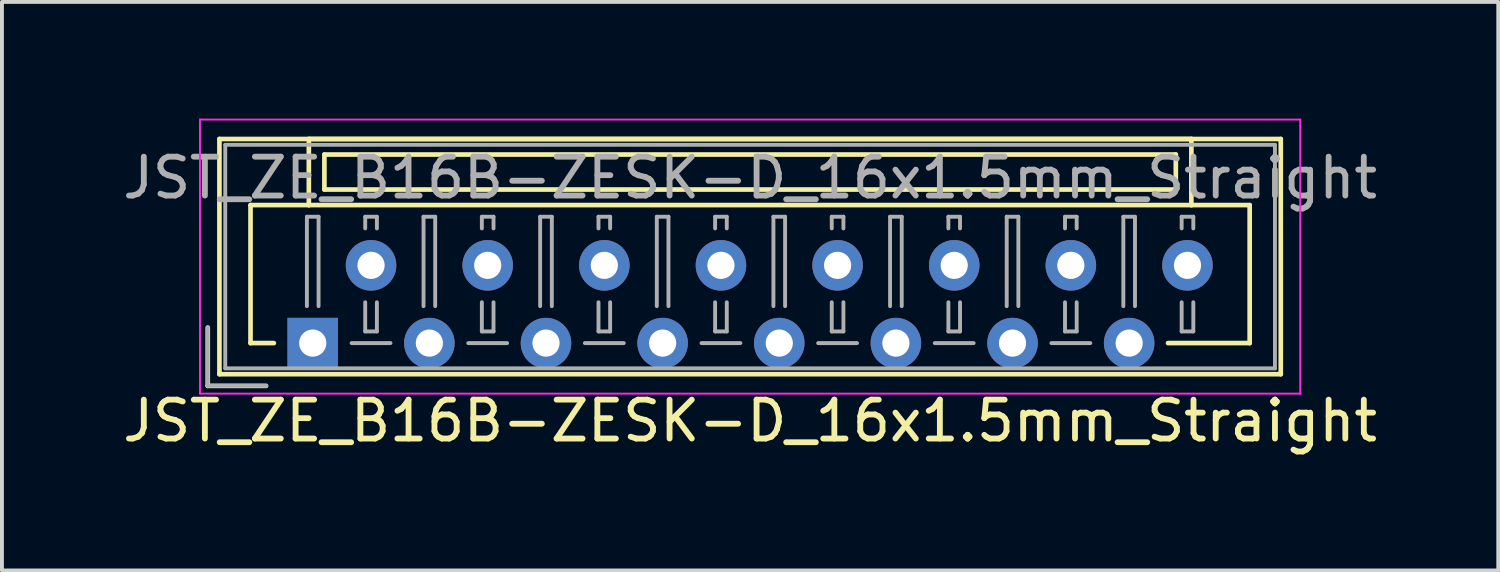
<source format=kicad_pcb>
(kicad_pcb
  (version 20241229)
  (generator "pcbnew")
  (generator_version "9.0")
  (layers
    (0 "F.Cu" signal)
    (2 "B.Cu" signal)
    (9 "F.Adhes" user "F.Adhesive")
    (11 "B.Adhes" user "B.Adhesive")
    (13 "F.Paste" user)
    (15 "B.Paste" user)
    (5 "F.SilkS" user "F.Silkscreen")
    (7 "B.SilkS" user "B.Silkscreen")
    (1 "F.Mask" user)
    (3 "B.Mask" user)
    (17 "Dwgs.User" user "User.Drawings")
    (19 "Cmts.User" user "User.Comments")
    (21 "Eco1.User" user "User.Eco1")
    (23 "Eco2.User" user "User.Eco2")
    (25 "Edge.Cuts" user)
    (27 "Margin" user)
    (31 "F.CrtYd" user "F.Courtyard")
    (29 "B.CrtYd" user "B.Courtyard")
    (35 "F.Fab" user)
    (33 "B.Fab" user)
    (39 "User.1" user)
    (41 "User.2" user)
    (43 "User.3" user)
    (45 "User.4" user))
  (footprint "JST_ZE_B16B-ZESK-D_16x1.5mm_Straight"
    (layer "F.Cu")
    (at 4.994 5.775)
    (property "Reference" "JST_ZE_B16B-ZESK-D_16x1.5mm_Straight" (at 11.25 2 0) (layer "F.SilkS") (effects (font (size 1 1) (thickness 0.15))))
    (attr through_hole)
    (fp_line (start -2.7 -0.4) (end -2.7 1.1) (stroke (width 0.12) (type solid)) (layer "F.SilkS"))
    (fp_line (start -2.7 1.1) (end -1.2 1.1) (stroke (width 0.12) (type solid)) (layer "F.SilkS"))
    (fp_line (start -2.4 -5.25) (end -2.4 0.8) (stroke (width 0.12) (type solid)) (layer "F.SilkS"))
    (fp_line (start -2.4 0.8) (end 24.9 0.8) (stroke (width 0.12) (type solid)) (layer "F.SilkS"))
    (fp_line (start -1.6 -3.55) (end -1.6 0) (stroke (width 0.12) (type solid)) (layer "F.SilkS"))
    (fp_line (start -1.6 0) (end -1 0) (stroke (width 0.12) (type solid)) (layer "F.SilkS"))
    (fp_line (start -0.1 -5.25) (end -0.1 -3.55) (stroke (width 0.12) (type solid)) (layer "F.SilkS"))
    (fp_line (start -0.1 -3.55) (end -1.6 -3.55) (stroke (width 0.12) (type solid)) (layer "F.SilkS"))
    (fp_line (start -0.1 -3.55) (end 22.6 -3.55) (stroke (width 0.12) (type solid)) (layer "F.SilkS"))
    (fp_line (start 0.3 -4.85) (end 0.3 -3.95) (stroke (width 0.12) (type solid)) (layer "F.SilkS"))
    (fp_line (start 0.3 -3.95) (end 22.2 -3.95) (stroke (width 0.12) (type solid)) (layer "F.SilkS"))
    (fp_line (start 22.2 -4.85) (end 0.3 -4.85) (stroke (width 0.12) (type solid)) (layer "F.SilkS"))
    (fp_line (start 22.2 -3.95) (end 22.2 -4.85) (stroke (width 0.12) (type solid)) (layer "F.SilkS"))
    (fp_line (start 22.6 -5.25) (end -0.1 -5.25) (stroke (width 0.12) (type solid)) (layer "F.SilkS"))
    (fp_line (start 22.6 -3.55) (end 22.6 -5.25) (stroke (width 0.12) (type solid)) (layer "F.SilkS"))
    (fp_line (start 22.6 -3.55) (end 24.1 -3.55) (stroke (width 0.12) (type solid)) (layer "F.SilkS"))
    (fp_line (start 24.1 -3.55) (end 24.1 0) (stroke (width 0.12) (type solid)) (layer "F.SilkS"))
    (fp_line (start 24.1 0) (end 22 0) (stroke (width 0.12) (type solid)) (layer "F.SilkS"))
    (fp_line (start 24.9 -5.25) (end -2.4 -5.25) (stroke (width 0.12) (type solid)) (layer "F.SilkS"))
    (fp_line (start 24.9 0.8) (end 24.9 -5.25) (stroke (width 0.12) (type solid)) (layer "F.SilkS"))
    (fp_line (start -2.9 -5.75) (end -2.9 1.3) (stroke (width 0.05) (type solid)) (layer "F.CrtYd"))
    (fp_line (start -2.9 1.3) (end 25.4 1.3) (stroke (width 0.05) (type solid)) (layer "F.CrtYd"))
    (fp_line (start 25.4 -5.75) (end -2.9 -5.75) (stroke (width 0.05) (type solid)) (layer "F.CrtYd"))
    (fp_line (start 25.4 1.3) (end 25.4 -5.75) (stroke (width 0.05) (type solid)) (layer "F.CrtYd"))
    (fp_line (start -2.7 -0.4) (end -2.7 1.1) (stroke (width 0.1) (type solid)) (layer "F.Fab"))
    (fp_line (start -2.7 1.1) (end -1.2 1.1) (stroke (width 0.1) (type solid)) (layer "F.Fab"))
    (fp_line (start -2.25 -5.1) (end -2.25 0.65) (stroke (width 0.1) (type solid)) (layer "F.Fab"))
    (fp_line (start -2.25 0.65) (end 24.75 0.65) (stroke (width 0.1) (type solid)) (layer "F.Fab"))
    (fp_line (start -0.15 -3.25) (end 0.15 -3.25) (stroke (width 0.1) (type solid)) (layer "F.Fab"))
    (fp_line (start -0.15 -0.95) (end -0.15 -3.25) (stroke (width 0.1) (type solid)) (layer "F.Fab"))
    (fp_line (start 0.15 -3.25) (end 0.15 -0.95) (stroke (width 0.1) (type solid)) (layer "F.Fab"))
    (fp_line (start 1 0) (end 2 0) (stroke (width 0.1) (type solid)) (layer "F.Fab"))
    (fp_line (start 1.35 -3.25) (end 1.65 -3.25) (stroke (width 0.1) (type solid)) (layer "F.Fab"))
    (fp_line (start 1.35 -2.95) (end 1.35 -3.25) (stroke (width 0.1) (type solid)) (layer "F.Fab"))
    (fp_line (start 1.35 -1.05) (end 1.35 -0.3) (stroke (width 0.1) (type solid)) (layer "F.Fab"))
    (fp_line (start 1.35 -0.3) (end 1.65 -0.3) (stroke (width 0.1) (type solid)) (layer "F.Fab"))
    (fp_line (start 1.65 -3.25) (end 1.65 -2.95) (stroke (width 0.1) (type solid)) (layer "F.Fab"))
    (fp_line (start 1.65 -0.3) (end 1.65 -1.05) (stroke (width 0.1) (type solid)) (layer "F.Fab"))
    (fp_line (start 2.85 -3.25) (end 3.15 -3.25) (stroke (width 0.1) (type solid)) (layer "F.Fab"))
    (fp_line (start 2.85 -0.95) (end 2.85 -3.25) (stroke (width 0.1) (type solid)) (layer "F.Fab"))
    (fp_line (start 3.15 -3.25) (end 3.15 -0.95) (stroke (width 0.1) (type solid)) (layer "F.Fab"))
    (fp_line (start 4 0) (end 5 0) (stroke (width 0.1) (type solid)) (layer "F.Fab"))
    (fp_line (start 4.35 -3.25) (end 4.65 -3.25) (stroke (width 0.1) (type solid)) (layer "F.Fab"))
    (fp_line (start 4.35 -2.95) (end 4.35 -3.25) (stroke (width 0.1) (type solid)) (layer "F.Fab"))
    (fp_line (start 4.35 -1.05) (end 4.35 -0.3) (stroke (width 0.1) (type solid)) (layer "F.Fab"))
    (fp_line (start 4.35 -0.3) (end 4.65 -0.3) (stroke (width 0.1) (type solid)) (layer "F.Fab"))
    (fp_line (start 4.65 -3.25) (end 4.65 -2.95) (stroke (width 0.1) (type solid)) (layer "F.Fab"))
    (fp_line (start 4.65 -0.3) (end 4.65 -1.05) (stroke (width 0.1) (type solid)) (layer "F.Fab"))
    (fp_line (start 5.85 -3.25) (end 6.15 -3.25) (stroke (width 0.1) (type solid)) (layer "F.Fab"))
    (fp_line (start 5.85 -0.95) (end 5.85 -3.25) (stroke (width 0.1) (type solid)) (layer "F.Fab"))
    (fp_line (start 6.15 -3.25) (end 6.15 -0.95) (stroke (width 0.1) (type solid)) (layer "F.Fab"))
    (fp_line (start 7 0) (end 8 0) (stroke (width 0.1) (type solid)) (layer "F.Fab"))
    (fp_line (start 7.35 -3.25) (end 7.65 -3.25) (stroke (width 0.1) (type solid)) (layer "F.Fab"))
    (fp_line (start 7.35 -2.95) (end 7.35 -3.25) (stroke (width 0.1) (type solid)) (layer "F.Fab"))
    (fp_line (start 7.35 -1.05) (end 7.35 -0.3) (stroke (width 0.1) (type solid)) (layer "F.Fab"))
    (fp_line (start 7.35 -0.3) (end 7.65 -0.3) (stroke (width 0.1) (type solid)) (layer "F.Fab"))
    (fp_line (start 7.65 -3.25) (end 7.65 -2.95) (stroke (width 0.1) (type solid)) (layer "F.Fab"))
    (fp_line (start 7.65 -0.3) (end 7.65 -1.05) (stroke (width 0.1) (type solid)) (layer "F.Fab"))
    (fp_line (start 8.85 -3.25) (end 9.15 -3.25) (stroke (width 0.1) (type solid)) (layer "F.Fab"))
    (fp_line (start 8.85 -0.95) (end 8.85 -3.25) (stroke (width 0.1) (type solid)) (layer "F.Fab"))
    (fp_line (start 9.15 -3.25) (end 9.15 -0.95) (stroke (width 0.1) (type solid)) (layer "F.Fab"))
    (fp_line (start 10 0) (end 11 0) (stroke (width 0.1) (type solid)) (layer "F.Fab"))
    (fp_line (start 10.35 -3.25) (end 10.65 -3.25) (stroke (width 0.1) (type solid)) (layer "F.Fab"))
    (fp_line (start 10.35 -2.95) (end 10.35 -3.25) (stroke (width 0.1) (type solid)) (layer "F.Fab"))
    (fp_line (start 10.35 -1.05) (end 10.35 -0.3) (stroke (width 0.1) (type solid)) (layer "F.Fab"))
    (fp_line (start 10.35 -0.3) (end 10.65 -0.3) (stroke (width 0.1) (type solid)) (layer "F.Fab"))
    (fp_line (start 10.65 -3.25) (end 10.65 -2.95) (stroke (width 0.1) (type solid)) (layer "F.Fab"))
    (fp_line (start 10.65 -0.3) (end 10.65 -1.05) (stroke (width 0.1) (type solid)) (layer "F.Fab"))
    (fp_line (start 11.85 -3.25) (end 12.15 -3.25) (stroke (width 0.1) (type solid)) (layer "F.Fab"))
    (fp_line (start 11.85 -0.95) (end 11.85 -3.25) (stroke (width 0.1) (type solid)) (layer "F.Fab"))
    (fp_line (start 12.15 -3.25) (end 12.15 -0.95) (stroke (width 0.1) (type solid)) (layer "F.Fab"))
    (fp_line (start 13 0) (end 14 0) (stroke (width 0.1) (type solid)) (layer "F.Fab"))
    (fp_line (start 13.35 -3.25) (end 13.65 -3.25) (stroke (width 0.1) (type solid)) (layer "F.Fab"))
    (fp_line (start 13.35 -2.95) (end 13.35 -3.25) (stroke (width 0.1) (type solid)) (layer "F.Fab"))
    (fp_line (start 13.35 -1.05) (end 13.35 -0.3) (stroke (width 0.1) (type solid)) (layer "F.Fab"))
    (fp_line (start 13.35 -0.3) (end 13.65 -0.3) (stroke (width 0.1) (type solid)) (layer "F.Fab"))
    (fp_line (start 13.65 -3.25) (end 13.65 -2.95) (stroke (width 0.1) (type solid)) (layer "F.Fab"))
    (fp_line (start 13.65 -0.3) (end 13.65 -1.05) (stroke (width 0.1) (type solid)) (layer "F.Fab"))
    (fp_line (start 14.85 -3.25) (end 15.15 -3.25) (stroke (width 0.1) (type solid)) (layer "F.Fab"))
    (fp_line (start 14.85 -0.95) (end 14.85 -3.25) (stroke (width 0.1) (type solid)) (layer "F.Fab"))
    (fp_line (start 15.15 -3.25) (end 15.15 -0.95) (stroke (width 0.1) (type solid)) (layer "F.Fab"))
    (fp_line (start 16 0) (end 17 0) (stroke (width 0.1) (type solid)) (layer "F.Fab"))
    (fp_line (start 16.35 -3.25) (end 16.65 -3.25) (stroke (width 0.1) (type solid)) (layer "F.Fab"))
    (fp_line (start 16.35 -2.95) (end 16.35 -3.25) (stroke (width 0.1) (type solid)) (layer "F.Fab"))
    (fp_line (start 16.35 -1.05) (end 16.35 -0.3) (stroke (width 0.1) (type solid)) (layer "F.Fab"))
    (fp_line (start 16.35 -0.3) (end 16.65 -0.3) (stroke (width 0.1) (type solid)) (layer "F.Fab"))
    (fp_line (start 16.65 -3.25) (end 16.65 -2.95) (stroke (width 0.1) (type solid)) (layer "F.Fab"))
    (fp_line (start 16.65 -0.3) (end 16.65 -1.05) (stroke (width 0.1) (type solid)) (layer "F.Fab"))
    (fp_line (start 17.85 -3.25) (end 18.15 -3.25) (stroke (width 0.1) (type solid)) (layer "F.Fab"))
    (fp_line (start 17.85 -0.95) (end 17.85 -3.25) (stroke (width 0.1) (type solid)) (layer "F.Fab"))
    (fp_line (start 18.15 -3.25) (end 18.15 -0.95) (stroke (width 0.1) (type solid)) (layer "F.Fab"))
    (fp_line (start 19 0) (end 20 0) (stroke (width 0.1) (type solid)) (layer "F.Fab"))
    (fp_line (start 19.35 -3.25) (end 19.65 -3.25) (stroke (width 0.1) (type solid)) (layer "F.Fab"))
    (fp_line (start 19.35 -2.95) (end 19.35 -3.25) (stroke (width 0.1) (type solid)) (layer "F.Fab"))
    (fp_line (start 19.35 -1.05) (end 19.35 -0.3) (stroke (width 0.1) (type solid)) (layer "F.Fab"))
    (fp_line (start 19.35 -0.3) (end 19.65 -0.3) (stroke (width 0.1) (type solid)) (layer "F.Fab"))
    (fp_line (start 19.65 -3.25) (end 19.65 -2.95) (stroke (width 0.1) (type solid)) (layer "F.Fab"))
    (fp_line (start 19.65 -0.3) (end 19.65 -1.05) (stroke (width 0.1) (type solid)) (layer "F.Fab"))
    (fp_line (start 20.85 -3.25) (end 21.15 -3.25) (stroke (width 0.1) (type solid)) (layer "F.Fab"))
    (fp_line (start 20.85 -0.95) (end 20.85 -3.25) (stroke (width 0.1) (type solid)) (layer "F.Fab"))
    (fp_line (start 21.15 -3.25) (end 21.15 -0.95) (stroke (width 0.1) (type solid)) (layer "F.Fab"))
    (fp_line (start 22.35 -3.25) (end 22.65 -3.25) (stroke (width 0.1) (type solid)) (layer "F.Fab"))
    (fp_line (start 22.35 -2.95) (end 22.35 -3.25) (stroke (width 0.1) (type solid)) (layer "F.Fab"))
    (fp_line (start 22.35 -1.05) (end 22.35 -0.3) (stroke (width 0.1) (type solid)) (layer "F.Fab"))
    (fp_line (start 22.35 -0.3) (end 22.65 -0.3) (stroke (width 0.1) (type solid)) (layer "F.Fab"))
    (fp_line (start 22.65 -3.25) (end 22.65 -2.95) (stroke (width 0.1) (type solid)) (layer "F.Fab"))
    (fp_line (start 22.65 -0.3) (end 22.65 -1.05) (stroke (width 0.1) (type solid)) (layer "F.Fab"))
    (fp_line (start 24.75 -5.1) (end -2.25 -5.1) (stroke (width 0.1) (type solid)) (layer "F.Fab"))
    (fp_line (start 24.75 0.65) (end 24.75 -5.1) (stroke (width 0.1) (type solid)) (layer "F.Fab"))
    (fp_text user "${REFERENCE}" (at 11.25 -4.25 0) (layer "F.Fab") (effects (font (size 1 1) (thickness 0.15))))
    (pad "1" thru_hole rect (at 0 0) (size 1.3 1.3) (drill 0.7) (layers "*.Cu" "*.Mask"))
    (pad "2" thru_hole circle (at 1.5 -2) (size 1.3 1.3) (drill 0.7) (layers "*.Cu" "*.Mask"))
    (pad "3" thru_hole circle (at 3 0) (size 1.3 1.3) (drill 0.7) (layers "*.Cu" "*.Mask"))
    (pad "4" thru_hole circle (at 4.5 -2) (size 1.3 1.3) (drill 0.7) (layers "*.Cu" "*.Mask"))
    (pad "5" thru_hole circle (at 6 0) (size 1.3 1.3) (drill 0.7) (layers "*.Cu" "*.Mask"))
    (pad "6" thru_hole circle (at 7.5 -2) (size 1.3 1.3) (drill 0.7) (layers "*.Cu" "*.Mask"))
    (pad "7" thru_hole circle (at 9 0) (size 1.3 1.3) (drill 0.7) (layers "*.Cu" "*.Mask"))
    (pad "8" thru_hole circle (at 10.5 -2) (size 1.3 1.3) (drill 0.7) (layers "*.Cu" "*.Mask"))
    (pad "9" thru_hole circle (at 12 0) (size 1.3 1.3) (drill 0.7) (layers "*.Cu" "*.Mask"))
    (pad "10" thru_hole circle (at 13.5 -2) (size 1.3 1.3) (drill 0.7) (layers "*.Cu" "*.Mask"))
    (pad "11" thru_hole circle (at 15 0) (size 1.3 1.3) (drill 0.7) (layers "*.Cu" "*.Mask"))
    (pad "12" thru_hole circle (at 16.5 -2) (size 1.3 1.3) (drill 0.7) (layers "*.Cu" "*.Mask"))
    (pad "13" thru_hole circle (at 18 0) (size 1.3 1.3) (drill 0.7) (layers "*.Cu" "*.Mask"))
    (pad "14" thru_hole circle (at 19.5 -2) (size 1.3 1.3) (drill 0.7) (layers "*.Cu" "*.Mask"))
    (pad "15" thru_hole circle (at 21 0) (size 1.3 1.3) (drill 0.7) (layers "*.Cu" "*.Mask"))
    (pad "16" thru_hole circle (at 22.5 -2) (size 1.3 1.3) (drill 0.7) (layers "*.Cu" "*.Mask")))
  (gr_rect
    (start -3 -3)
    (end 35.488 11.623)
    (stroke (width 0.1) (type default))
    (fill no)
    (layer "Edge.Cuts")))
</source>
